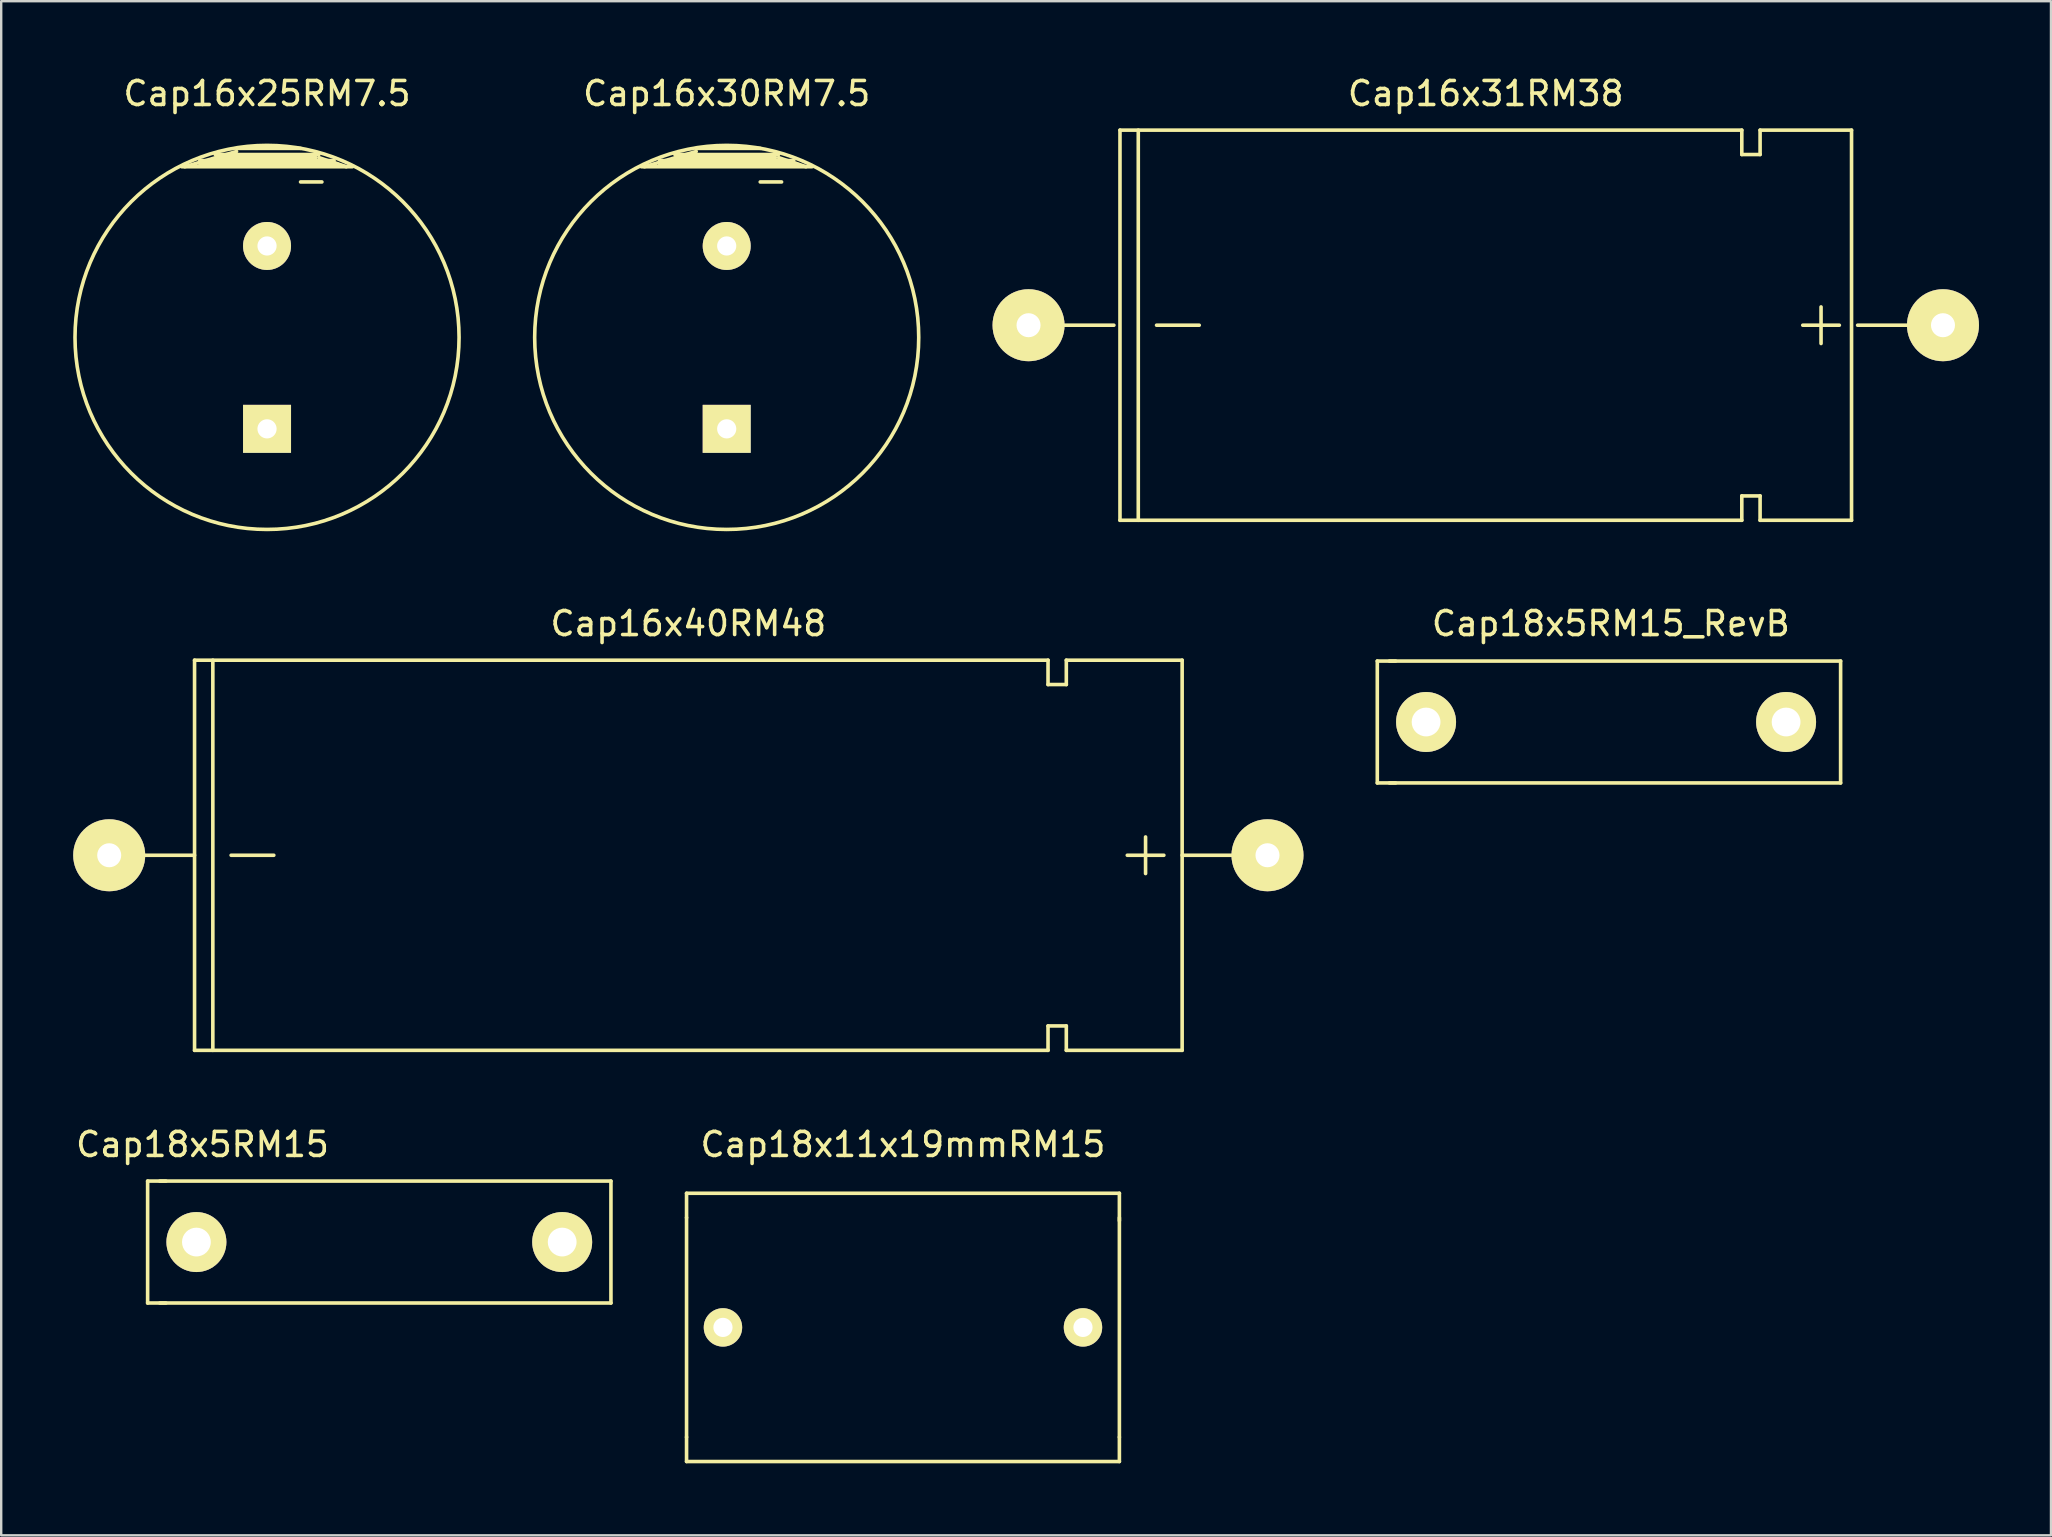
<source format=kicad_pcb>
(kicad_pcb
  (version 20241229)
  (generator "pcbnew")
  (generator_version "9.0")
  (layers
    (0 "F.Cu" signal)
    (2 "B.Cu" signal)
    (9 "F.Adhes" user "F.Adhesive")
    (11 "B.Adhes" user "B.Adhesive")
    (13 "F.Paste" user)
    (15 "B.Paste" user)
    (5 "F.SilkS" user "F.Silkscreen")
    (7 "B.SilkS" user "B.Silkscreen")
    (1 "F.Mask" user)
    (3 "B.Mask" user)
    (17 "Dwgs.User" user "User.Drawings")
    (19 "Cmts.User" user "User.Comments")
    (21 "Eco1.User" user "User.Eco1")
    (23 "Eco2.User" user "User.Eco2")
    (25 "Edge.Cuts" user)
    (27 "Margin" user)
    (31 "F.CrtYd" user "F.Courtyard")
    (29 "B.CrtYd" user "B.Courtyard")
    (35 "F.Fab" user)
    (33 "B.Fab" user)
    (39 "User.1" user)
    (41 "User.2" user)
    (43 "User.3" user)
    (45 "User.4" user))
  (footprint "Cap18x5RM15"
    (layer "F.Cu")
    (at 5.133 48.7)
    (property "Reference" "Cap18x5RM15" (at 0.254 -4.064 0) (layer "F.SilkS") (effects (font (size 1 1) (thickness 0.15))))
    (attr through_hole)
    (fp_line (start -2.032 -2.54) (end -2.032 2.54) (stroke (width 0.15) (type solid)) (layer "F.SilkS"))
    (fp_line (start -2.032 2.54) (end -1.27 2.54) (stroke (width 0.15) (type solid)) (layer "F.SilkS"))
    (fp_line (start -1.524 2.54) (end 17.272 2.54) (stroke (width 0.15) (type solid)) (layer "F.SilkS"))
    (fp_line (start -1.27 -2.54) (end -2.032 -2.54) (stroke (width 0.15) (type solid)) (layer "F.SilkS"))
    (fp_line (start 17.272 -2.54) (end -1.524 -2.54) (stroke (width 0.15) (type solid)) (layer "F.SilkS"))
    (fp_line (start 17.272 2.54) (end 17.272 -2.54) (stroke (width 0.15) (type solid)) (layer "F.SilkS"))
    (pad "1" thru_hole circle (at 0 0) (size 2.499 2.499) (drill 1.199) (layers "*.Cu" "*.Mask" "F.SilkS"))
    (pad "2" thru_hole circle (at 15.24 0) (size 2.499 2.499) (drill 1.199) (layers "*.Cu" "*.Mask" "F.SilkS")))
  (footprint "Cap16x31RM38"
    (layer "F.Cu")
    (at 58.854 10.5)
    (property "Reference" "Cap16x31RM38" (at 0 -9.652 0) (layer "F.SilkS") (effects (font (size 1 1) (thickness 0.15))))
    (attr through_hole)
    (fp_line (start -15.494 0) (end -19.05 0) (stroke (width 0.15) (type solid)) (layer "F.SilkS"))
    (fp_line (start -15.24 -8.128) (end 10.668 -8.128) (stroke (width 0.15) (type solid)) (layer "F.SilkS"))
    (fp_line (start -15.24 8.128) (end -15.24 -8.128) (stroke (width 0.15) (type solid)) (layer "F.SilkS"))
    (fp_line (start -14.478 -8.128) (end -14.478 8.128) (stroke (width 0.15) (type solid)) (layer "F.SilkS"))
    (fp_line (start -13.716 0) (end -11.938 0) (stroke (width 0.15) (type solid)) (layer "F.SilkS"))
    (fp_line (start 10.668 -8.128) (end 10.668 -7.112) (stroke (width 0.15) (type solid)) (layer "F.SilkS"))
    (fp_line (start 10.668 -7.112) (end 11.43 -7.112) (stroke (width 0.15) (type solid)) (layer "F.SilkS"))
    (fp_line (start 10.668 7.112) (end 10.668 8.128) (stroke (width 0.15) (type solid)) (layer "F.SilkS"))
    (fp_line (start 10.668 8.128) (end -15.24 8.128) (stroke (width 0.15) (type solid)) (layer "F.SilkS"))
    (fp_line (start 11.43 -8.128) (end 15.24 -8.128) (stroke (width 0.15) (type solid)) (layer "F.SilkS"))
    (fp_line (start 11.43 -7.112) (end 11.43 -8.128) (stroke (width 0.15) (type solid)) (layer "F.SilkS"))
    (fp_line (start 11.43 7.112) (end 10.668 7.112) (stroke (width 0.15) (type solid)) (layer "F.SilkS"))
    (fp_line (start 11.43 8.128) (end 11.43 7.112) (stroke (width 0.15) (type solid)) (layer "F.SilkS"))
    (fp_line (start 13.97 0.762) (end 13.97 -0.762) (stroke (width 0.15) (type solid)) (layer "F.SilkS"))
    (fp_line (start 14.732 0) (end 13.208 0) (stroke (width 0.15) (type solid)) (layer "F.SilkS"))
    (fp_line (start 15.24 8.128) (end 11.43 8.128) (stroke (width 0.15) (type solid)) (layer "F.SilkS"))
    (fp_line (start 15.24 8.128) (end 15.24 -8.128) (stroke (width 0.15) (type solid)) (layer "F.SilkS"))
    (fp_line (start 15.494 0) (end 19.05 0) (stroke (width 0.15) (type solid)) (layer "F.SilkS"))
    (pad "1" thru_hole circle (at 19.05 0) (size 3 3) (drill 1.001) (layers "*.Cu" "*.Mask" "F.SilkS"))
    (pad "2" thru_hole circle (at -19.05 0) (size 3 3) (drill 1.001) (layers "*.Cu" "*.Mask" "F.SilkS")))
  (footprint "Cap16x40RM48"
    (layer "F.Cu")
    (at 25.63 32.584)
    (property "Reference" "Cap16x40RM48" (at 0 -9.652 0) (layer "F.SilkS") (effects (font (size 1 1) (thickness 0.15))))
    (attr through_hole)
    (fp_line (start -20.574 0) (end -24.13 0) (stroke (width 0.15) (type solid)) (layer "F.SilkS"))
    (fp_line (start -20.574 8.128) (end -20.574 -8.128) (stroke (width 0.15) (type solid)) (layer "F.SilkS"))
    (fp_line (start -19.812 -8.128) (end -19.812 8.128) (stroke (width 0.15) (type solid)) (layer "F.SilkS"))
    (fp_line (start -19.05 0) (end -17.272 0) (stroke (width 0.15) (type solid)) (layer "F.SilkS"))
    (fp_line (start 14.986 -8.128) (end -20.574 -8.128) (stroke (width 0.15) (type solid)) (layer "F.SilkS"))
    (fp_line (start 14.986 -8.128) (end 14.986 -7.112) (stroke (width 0.15) (type solid)) (layer "F.SilkS"))
    (fp_line (start 14.986 -7.112) (end 15.748 -7.112) (stroke (width 0.15) (type solid)) (layer "F.SilkS"))
    (fp_line (start 14.986 7.112) (end 14.986 8.128) (stroke (width 0.15) (type solid)) (layer "F.SilkS"))
    (fp_line (start 14.986 8.128) (end -20.574 8.128) (stroke (width 0.15) (type solid)) (layer "F.SilkS"))
    (fp_line (start 15.748 -7.112) (end 15.748 -8.128) (stroke (width 0.15) (type solid)) (layer "F.SilkS"))
    (fp_line (start 15.748 7.112) (end 14.986 7.112) (stroke (width 0.15) (type solid)) (layer "F.SilkS"))
    (fp_line (start 15.748 8.128) (end 15.748 7.112) (stroke (width 0.15) (type solid)) (layer "F.SilkS"))
    (fp_line (start 19.05 0.762) (end 19.05 -0.762) (stroke (width 0.15) (type solid)) (layer "F.SilkS"))
    (fp_line (start 19.812 0) (end 18.288 0) (stroke (width 0.15) (type solid)) (layer "F.SilkS"))
    (fp_line (start 20.574 -8.128) (end 15.748 -8.128) (stroke (width 0.15) (type solid)) (layer "F.SilkS"))
    (fp_line (start 20.574 0) (end 24.13 0) (stroke (width 0.15) (type solid)) (layer "F.SilkS"))
    (fp_line (start 20.574 8.128) (end 15.748 8.128) (stroke (width 0.15) (type solid)) (layer "F.SilkS"))
    (fp_line (start 20.574 8.128) (end 20.574 -8.128) (stroke (width 0.15) (type solid)) (layer "F.SilkS"))
    (pad "1" thru_hole circle (at 24.13 0) (size 3 3) (drill 1.001) (layers "*.Cu" "*.Mask" "F.SilkS"))
    (pad "2" thru_hole circle (at -24.13 0) (size 3 3) (drill 1.001) (layers "*.Cu" "*.Mask" "F.SilkS")))
  (footprint "Cap18x11x19mmRM15"
    (layer "F.Cu")
    (at 34.572 52.256)
    (property "Reference" "Cap18x11x19mmRM15" (at 0 -7.62 0) (layer "F.SilkS") (effects (font (size 1 1) (thickness 0.15))))
    (attr through_hole)
    (fp_line (start -9.017 -5.588) (end 9.017 -5.588) (stroke (width 0.15) (type solid)) (layer "F.SilkS"))
    (fp_line (start -9.017 -4.572) (end -9.017 -5.588) (stroke (width 0.15) (type solid)) (layer "F.SilkS"))
    (fp_line (start -9.017 -4.572) (end -9.017 4.572) (stroke (width 0.15) (type solid)) (layer "F.SilkS"))
    (fp_line (start -9.017 4.572) (end -9.017 5.588) (stroke (width 0.15) (type solid)) (layer "F.SilkS"))
    (fp_line (start -9.017 5.588) (end 9.017 5.588) (stroke (width 0.15) (type solid)) (layer "F.SilkS"))
    (fp_line (start 9.017 -5.588) (end 9.017 -4.445) (stroke (width 0.15) (type solid)) (layer "F.SilkS"))
    (fp_line (start 9.017 4.572) (end 9.017 -4.572) (stroke (width 0.15) (type solid)) (layer "F.SilkS"))
    (fp_line (start 9.017 5.588) (end 9.017 4.572) (stroke (width 0.15) (type solid)) (layer "F.SilkS"))
    (pad "1" thru_hole circle (at -7.5 0) (size 1.6 1.6) (drill 0.8) (layers "*.Cu" "*.Mask" "F.SilkS"))
    (pad "2" thru_hole circle (at 7.5 0) (size 1.6 1.6) (drill 0.8) (layers "*.Cu" "*.Mask" "F.SilkS")))
  (footprint "Cap16x30RM7.5"
    (layer "F.Cu")
    (at 27.228 11.008)
    (property "Reference" "Cap16x30RM7.5" (at 0 -10.16 0) (layer "F.SilkS") (effects (font (size 1 1) (thickness 0.15))))
    (attr through_hole)
    (fp_line (start -3.429 -7.112) (end -1.27 -7.747) (stroke (width 0.15) (type solid)) (layer "F.SilkS"))
    (fp_line (start -2.794 -7.366) (end -2.667 -7.366) (stroke (width 0.15) (type solid)) (layer "F.SilkS"))
    (fp_line (start -2.794 -7.239) (end -1.905 -7.239) (stroke (width 0.15) (type solid)) (layer "F.SilkS"))
    (fp_line (start -2.159 -7.62) (end 2.159 -7.62) (stroke (width 0.15) (type solid)) (layer "F.SilkS"))
    (fp_line (start -2.032 -7.493) (end 2.032 -7.493) (stroke (width 0.15) (type solid)) (layer "F.SilkS"))
    (fp_line (start 1.397 -7.874) (end -1.27 -7.874) (stroke (width 0.15) (type solid)) (layer "F.SilkS"))
    (fp_line (start 1.397 -6.477) (end 2.286 -6.477) (stroke (width 0.15) (type solid)) (layer "F.SilkS"))
    (fp_line (start 2.794 -7.366) (end -2.794 -7.366) (stroke (width 0.15) (type solid)) (layer "F.SilkS"))
    (fp_line (start 2.921 -7.239) (end -2.794 -7.239) (stroke (width 0.15) (type solid)) (layer "F.SilkS"))
    (fp_line (start 3.302 -7.112) (end 2.159 -7.493) (stroke (width 0.15) (type solid)) (layer "F.SilkS"))
    (fp_line (start 3.556 -7.112) (end -3.556 -7.112) (stroke (width 0.15) (type solid)) (layer "F.SilkS"))
    (fp_circle (center 0 0) (end 8.001 0) (stroke (width 0.15) (type solid)) (fill no) (layer "F.SilkS"))
    (pad "1" thru_hole rect (at 0 3.81) (size 1.999 1.999) (drill 0.8) (layers "*.Cu" "*.Mask" "F.SilkS"))
    (pad "2" thru_hole circle (at 0 -3.81) (size 1.999 1.999) (drill 0.8) (layers "*.Cu" "*.Mask" "F.SilkS")))
  (footprint "Cap18x5RM15_RevB"
    (layer "F.Cu")
    (at 64.067 27.032)
    (property "Reference" "Cap18x5RM15_RevB" (at 0 -4.1 0) (layer "F.SilkS") (effects (font (size 1 1) (thickness 0.15))))
    (attr through_hole)
    (fp_line (start -9.732 -2.54) (end -9.732 2.54) (stroke (width 0.15) (type solid)) (layer "F.SilkS"))
    (fp_line (start -9.732 2.54) (end -8.97 2.54) (stroke (width 0.15) (type solid)) (layer "F.SilkS"))
    (fp_line (start -9.224 2.54) (end 9.572 2.54) (stroke (width 0.15) (type solid)) (layer "F.SilkS"))
    (fp_line (start -8.97 -2.54) (end -9.732 -2.54) (stroke (width 0.15) (type solid)) (layer "F.SilkS"))
    (fp_line (start 9.572 -2.54) (end -9.224 -2.54) (stroke (width 0.15) (type solid)) (layer "F.SilkS"))
    (fp_line (start 9.572 2.54) (end 9.572 -2.54) (stroke (width 0.15) (type solid)) (layer "F.SilkS"))
    (pad "1" thru_hole circle (at -7.7 0) (size 2.499 2.499) (drill 1.199) (layers "*.Cu" "*.Mask" "F.SilkS"))
    (pad "2" thru_hole circle (at 7.3 0) (size 2.499 2.499) (drill 1.199) (layers "*.Cu" "*.Mask" "F.SilkS")))
  (footprint "Cap16x25RM7.5"
    (layer "F.Cu")
    (at 8.076 11.008)
    (property "Reference" "Cap16x25RM7.5" (at 0 -10.16 0) (layer "F.SilkS") (effects (font (size 1 1) (thickness 0.15))))
    (attr through_hole)
    (fp_line (start -3.429 -7.112) (end -1.27 -7.747) (stroke (width 0.15) (type solid)) (layer "F.SilkS"))
    (fp_line (start -2.794 -7.366) (end -2.667 -7.366) (stroke (width 0.15) (type solid)) (layer "F.SilkS"))
    (fp_line (start -2.794 -7.239) (end -1.905 -7.239) (stroke (width 0.15) (type solid)) (layer "F.SilkS"))
    (fp_line (start -2.159 -7.62) (end 2.159 -7.62) (stroke (width 0.15) (type solid)) (layer "F.SilkS"))
    (fp_line (start -2.032 -7.493) (end 2.032 -7.493) (stroke (width 0.15) (type solid)) (layer "F.SilkS"))
    (fp_line (start 1.397 -7.874) (end -1.27 -7.874) (stroke (width 0.15) (type solid)) (layer "F.SilkS"))
    (fp_line (start 1.397 -6.477) (end 2.286 -6.477) (stroke (width 0.15) (type solid)) (layer "F.SilkS"))
    (fp_line (start 2.794 -7.366) (end -2.794 -7.366) (stroke (width 0.15) (type solid)) (layer "F.SilkS"))
    (fp_line (start 2.921 -7.239) (end -2.794 -7.239) (stroke (width 0.15) (type solid)) (layer "F.SilkS"))
    (fp_line (start 3.302 -7.112) (end 2.159 -7.493) (stroke (width 0.15) (type solid)) (layer "F.SilkS"))
    (fp_line (start 3.556 -7.112) (end -3.556 -7.112) (stroke (width 0.15) (type solid)) (layer "F.SilkS"))
    (fp_circle (center 0 0) (end 8.001 0) (stroke (width 0.15) (type solid)) (fill no) (layer "F.SilkS"))
    (pad "1" thru_hole rect (at 0 3.81) (size 1.999 1.999) (drill 0.8) (layers "*.Cu" "*.Mask" "F.SilkS"))
    (pad "2" thru_hole circle (at 0 -3.81) (size 1.999 1.999) (drill 0.8) (layers "*.Cu" "*.Mask" "F.SilkS")))
  (gr_rect
    (start -3 -3)
    (end 82.404 60.919)
    (stroke (width 0.1) (type default))
    (fill no)
    (layer "Edge.Cuts")))
</source>
